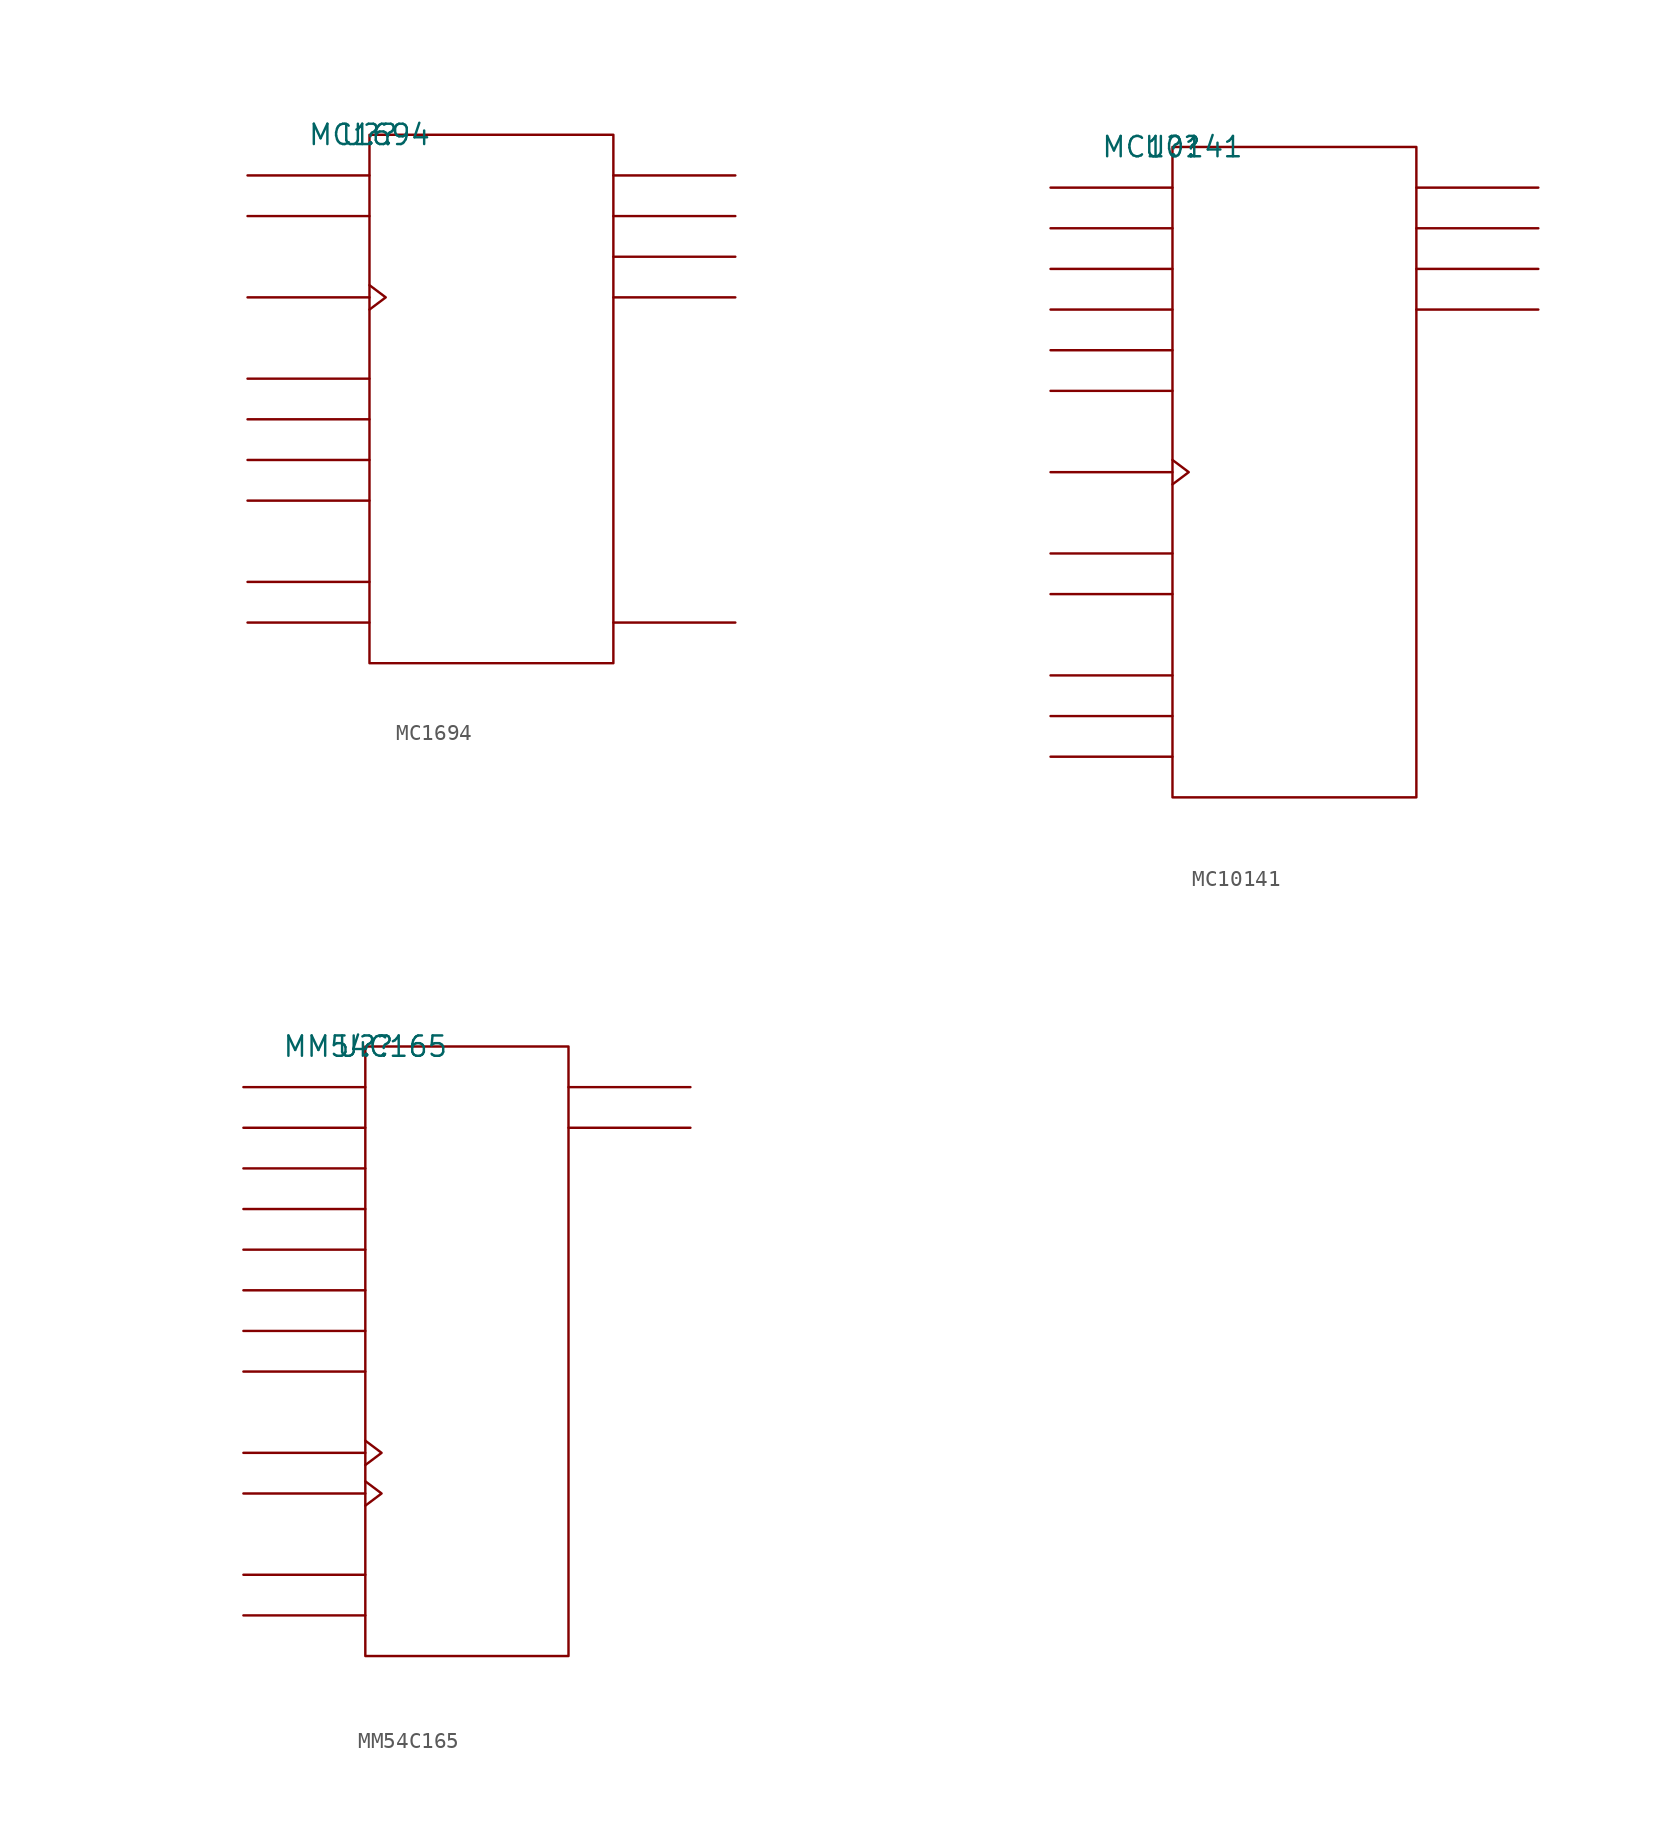
<source format=kicad_sym>
(kicad_symbol_lib
  (version 20211014)
  (generator kicad_symbol_editor)
  (symbol "MC1694"
    (pin_names
      (offset 0.762))
    (property "Reference" "U?"
      (at 0 0 0)
      (effects (font (size 1.27 1.27))))
    (property "Value" "MC1694"
      (at 0 0 0)
      (effects (font (size 1.27 1.27))))
    (symbol "MC1694_0_1"
      (rectangle (start 0 -33.02) (end 15.24 0) (stroke (width 0) (type default) (color 0 0 0 0)) (fill (type none)))
      (polyline (pts (xy 0 -30.48) (xy -7.62 -30.48)) (stroke (width 0) (type default) (color 0 0 0 0)) (fill (type none)))
      (polyline (pts (xy 0 -27.94) (xy -7.62 -27.94)) (stroke (width 0) (type default) (color 0 0 0 0)) (fill (type none)))
      (polyline (pts (xy 0 -22.86) (xy -7.62 -22.86)) (stroke (width 0) (type default) (color 0 0 0 0)) (fill (type none)))
      (polyline (pts (xy 0 -20.32) (xy -7.62 -20.32)) (stroke (width 0) (type default) (color 0 0 0 0)) (fill (type none)))
      (polyline (pts (xy 0 -17.78) (xy -7.62 -17.78)) (stroke (width 0) (type default) (color 0 0 0 0)) (fill (type none)))
      (polyline (pts (xy 0 -15.24) (xy -7.62 -15.24)) (stroke (width 0) (type default) (color 0 0 0 0)) (fill (type none)))
      (polyline (pts (xy 0 -10.16) (xy -7.62 -10.16)) (stroke (width 0) (type default) (color 0 0 0 0)) (fill (type none)))
      (polyline (pts (xy 0 -5.08) (xy -7.62 -5.08)) (stroke (width 0) (type default) (color 0 0 0 0)) (fill (type none)))
      (polyline (pts (xy 0 -2.54) (xy -7.62 -2.54)) (stroke (width 0) (type default) (color 0 0 0 0)) (fill (type none)))
      (polyline (pts (xy 15.24 -30.48) (xy 22.86 -30.48)) (stroke (width 0) (type default) (color 0 0 0 0)) (fill (type none)))
      (polyline (pts (xy 15.24 -10.16) (xy 22.86 -10.16)) (stroke (width 0) (type default) (color 0 0 0 0)) (fill (type none)))
      (polyline (pts (xy 15.24 -7.62) (xy 22.86 -7.62)) (stroke (width 0) (type default) (color 0 0 0 0)) (fill (type none)))
      (polyline (pts (xy 15.24 -5.08) (xy 22.86 -5.08)) (stroke (width 0) (type default) (color 0 0 0 0)) (fill (type none)))
      (polyline (pts (xy 15.24 -2.54) (xy 22.86 -2.54)) (stroke (width 0) (type default) (color 0 0 0 0)) (fill (type none)))
      (polyline (pts (xy 0 -9.398) (xy 1.016 -10.16) (xy 0 -10.922)) (stroke (width 0) (type default) (color 0 0 0 0)) (fill (type none))))
    (symbol "MC1694_1_1"
      (pin power_in line (at -7.62 -27.94 0) (length 7.62) hide (name "VCC1" (effects (font (size 1.245 1.245)))) (number "1" (effects (font (size 1.245 1.245)))))
      (pin unspecified line (at -7.62 -17.78 0) (length 7.62) hide (name "S1" (effects (font (size 1.245 1.245)))) (number "10" (effects (font (size 1.245 1.245)))))
      (pin unspecified line (at 22.86 -5.08 180) (length 7.62) hide (name "Q1" (effects (font (size 1.245 1.245)))) (number "12" (effects (font (size 1.245 1.245)))))
      (pin unspecified line (at 22.86 -2.54 180) (length 7.62) hide (name "Q0" (effects (font (size 1.245 1.245)))) (number "13" (effects (font (size 1.245 1.245)))))
      (pin unspecified line (at -7.62 -2.54 0) (length 7.62) hide (name "D1" (effects (font (size 1.245 1.245)))) (number "14" (effects (font (size 1.245 1.245)))))
      (pin unspecified line (at -7.62 -5.08 0) (length 7.62) hide (name "D2" (effects (font (size 1.245 1.245)))) (number "15" (effects (font (size 1.245 1.245)))))
      (pin power_in line (at -7.62 -30.48 0) (length 7.62) hide (name "VCC2" (effects (font (size 1.245 1.245)))) (number "16" (effects (font (size 1.245 1.245)))))
      (pin unspecified line (at -7.62 -15.24 0) (length 7.62) hide (name "S0" (effects (font (size 1.245 1.245)))) (number "2" (effects (font (size 1.245 1.245)))))
      (pin unspecified line (at -7.62 -20.32 0) (length 7.62) hide (name "S2" (effects (font (size 1.245 1.245)))) (number "3" (effects (font (size 1.245 1.245)))))
      (pin unspecified line (at 22.86 -7.62 180) (length 7.62) hide (name "Q2" (effects (font (size 1.245 1.245)))) (number "4" (effects (font (size 1.245 1.245)))))
      (pin unspecified line (at 22.86 -10.16 180) (length 7.62) hide (name "Q3" (effects (font (size 1.245 1.245)))) (number "5" (effects (font (size 1.245 1.245)))))
      (pin unspecified line (at -7.62 -22.86 0) (length 7.62) hide (name "S3" (effects (font (size 1.245 1.245)))) (number "6" (effects (font (size 1.245 1.245)))))
      (pin unspecified line (at -7.62 -10.16 180) (length 7.62) hide (name "CLK" (effects (font (size 1.245 1.245)))) (number "7" (effects (font (size 1.245 1.245)))))
      (pin power_in line (at 22.86 -30.48 180) (length 7.62) hide (name "VEE" (effects (font (size 1.245 1.245)))) (number "8" (effects (font (size 1.245 1.245)))))))
  (symbol "MC10141"
    (pin_names
      (offset 0.762))
    (property "Reference" "U?"
      (at 0 0 0)
      (effects (font (size 1.27 1.27))))
    (property "Value" "MC10141"
      (at 0 0 0)
      (effects (font (size 1.27 1.27))))
    (symbol "MC10141_0_1"
      (rectangle (start 0 -40.64) (end 15.24 0) (stroke (width 0) (type default) (color 0 0 0 0)) (fill (type none)))
      (polyline (pts (xy 0 -38.1) (xy -7.62 -38.1)) (stroke (width 0) (type default) (color 0 0 0 0)) (fill (type none)))
      (polyline (pts (xy 0 -35.56) (xy -7.62 -35.56)) (stroke (width 0) (type default) (color 0 0 0 0)) (fill (type none)))
      (polyline (pts (xy 0 -33.02) (xy -7.62 -33.02)) (stroke (width 0) (type default) (color 0 0 0 0)) (fill (type none)))
      (polyline (pts (xy 0 -27.94) (xy -7.62 -27.94)) (stroke (width 0) (type default) (color 0 0 0 0)) (fill (type none)))
      (polyline (pts (xy 0 -25.4) (xy -7.62 -25.4)) (stroke (width 0) (type default) (color 0 0 0 0)) (fill (type none)))
      (polyline (pts (xy 0 -20.32) (xy -7.62 -20.32)) (stroke (width 0) (type default) (color 0 0 0 0)) (fill (type none)))
      (polyline (pts (xy 0 -15.24) (xy -7.62 -15.24)) (stroke (width 0) (type default) (color 0 0 0 0)) (fill (type none)))
      (polyline (pts (xy 0 -12.7) (xy -7.62 -12.7)) (stroke (width 0) (type default) (color 0 0 0 0)) (fill (type none)))
      (polyline (pts (xy 0 -10.16) (xy -7.62 -10.16)) (stroke (width 0) (type default) (color 0 0 0 0)) (fill (type none)))
      (polyline (pts (xy 0 -7.62) (xy -7.62 -7.62)) (stroke (width 0) (type default) (color 0 0 0 0)) (fill (type none)))
      (polyline (pts (xy 0 -5.08) (xy -7.62 -5.08)) (stroke (width 0) (type default) (color 0 0 0 0)) (fill (type none)))
      (polyline (pts (xy 0 -2.54) (xy -7.62 -2.54)) (stroke (width 0) (type default) (color 0 0 0 0)) (fill (type none)))
      (polyline (pts (xy 15.24 -10.16) (xy 22.86 -10.16)) (stroke (width 0) (type default) (color 0 0 0 0)) (fill (type none)))
      (polyline (pts (xy 15.24 -7.62) (xy 22.86 -7.62)) (stroke (width 0) (type default) (color 0 0 0 0)) (fill (type none)))
      (polyline (pts (xy 15.24 -5.08) (xy 22.86 -5.08)) (stroke (width 0) (type default) (color 0 0 0 0)) (fill (type none)))
      (polyline (pts (xy 15.24 -2.54) (xy 22.86 -2.54)) (stroke (width 0) (type default) (color 0 0 0 0)) (fill (type none)))
      (polyline (pts (xy 0 -19.558) (xy 1.016 -20.32) (xy 0 -21.082)) (stroke (width 0) (type default) (color 0 0 0 0)) (fill (type none))))
    (symbol "MC10141_1_1"
      (pin power_in line (at -7.62 -33.02 0) (length 7.62) hide (name "VCC1" (effects (font (size 1.245 1.245)))) (number "1" (effects (font (size 1.245 1.245)))))
      (pin unspecified line (at -7.62 -25.4 0) (length 7.62) hide (name "S1" (effects (font (size 1.245 1.245)))) (number "10" (effects (font (size 1.245 1.245)))))
      (pin unspecified line (at -7.62 -5.08 0) (length 7.62) hide (name "D1" (effects (font (size 1.245 1.245)))) (number "11" (effects (font (size 1.245 1.245)))))
      (pin unspecified line (at -7.62 -2.54 0) (length 7.62) hide (name "D0" (effects (font (size 1.245 1.245)))) (number "12" (effects (font (size 1.245 1.245)))))
      (pin unspecified line (at -7.62 -12.7 0) (length 7.62) hide (name "DL" (effects (font (size 1.245 1.245)))) (number "13" (effects (font (size 1.245 1.245)))))
      (pin unspecified line (at 22.86 -2.54 180) (length 7.62) hide (name "Q0" (effects (font (size 1.245 1.245)))) (number "14" (effects (font (size 1.245 1.245)))))
      (pin unspecified line (at 22.86 -5.08 180) (length 7.62) hide (name "Q1" (effects (font (size 1.245 1.245)))) (number "15" (effects (font (size 1.245 1.245)))))
      (pin power_in line (at -7.62 -35.56 0) (length 7.62) hide (name "VCC2" (effects (font (size 1.245 1.245)))) (number "16" (effects (font (size 1.245 1.245)))))
      (pin unspecified line (at 22.86 -7.62 180) (length 7.62) hide (name "Q2" (effects (font (size 1.245 1.245)))) (number "2" (effects (font (size 1.245 1.245)))))
      (pin unspecified line (at 22.86 -10.16 180) (length 7.62) hide (name "Q3" (effects (font (size 1.245 1.245)))) (number "3" (effects (font (size 1.245 1.245)))))
      (pin unspecified line (at -7.62 -20.32 180) (length 7.62) hide (name "CLK" (effects (font (size 1.245 1.245)))) (number "4" (effects (font (size 1.245 1.245)))))
      (pin unspecified line (at -7.62 -15.24 0) (length 7.62) hide (name "DR" (effects (font (size 1.245 1.245)))) (number "5" (effects (font (size 1.245 1.245)))))
      (pin unspecified line (at -7.62 -10.16 0) (length 7.62) hide (name "D3" (effects (font (size 1.245 1.245)))) (number "6" (effects (font (size 1.245 1.245)))))
      (pin unspecified line (at -7.62 -27.94 0) (length 7.62) hide (name "S2" (effects (font (size 1.245 1.245)))) (number "7" (effects (font (size 1.245 1.245)))))
      (pin power_in line (at -7.62 -38.1 0) (length 7.62) hide (name "VEE" (effects (font (size 1.245 1.245)))) (number "8" (effects (font (size 1.245 1.245)))))
      (pin unspecified line (at -7.62 -7.62 0) (length 7.62) hide (name "D2" (effects (font (size 1.245 1.245)))) (number "9" (effects (font (size 1.245 1.245)))))))
  (symbol "MM54C165"
    (pin_names
      (offset 0.762))
    (property "Reference" "U?"
      (at 0 0 0)
      (effects (font (size 1.27 1.27))))
    (property "Value" "MM54C165"
      (at 0 0 0)
      (effects (font (size 1.27 1.27))))
    (symbol "MM54C165_0_1"
      (rectangle (start 0 -38.1) (end 12.7 0) (stroke (width 0) (type default) (color 0 0 0 0)) (fill (type none)))
      (polyline (pts (xy 0 -35.56) (xy -7.62 -35.56)) (stroke (width 0) (type default) (color 0 0 0 0)) (fill (type none)))
      (polyline (pts (xy 0 -33.02) (xy -7.62 -33.02)) (stroke (width 0) (type default) (color 0 0 0 0)) (fill (type none)))
      (polyline (pts (xy 0 -27.94) (xy -7.62 -27.94)) (stroke (width 0) (type default) (color 0 0 0 0)) (fill (type none)))
      (polyline (pts (xy 0 -25.4) (xy -7.62 -25.4)) (stroke (width 0) (type default) (color 0 0 0 0)) (fill (type none)))
      (polyline (pts (xy 0 -20.32) (xy -7.62 -20.32)) (stroke (width 0) (type default) (color 0 0 0 0)) (fill (type none)))
      (polyline (pts (xy 0 -17.78) (xy -7.62 -17.78)) (stroke (width 0) (type default) (color 0 0 0 0)) (fill (type none)))
      (polyline (pts (xy 0 -15.24) (xy -7.62 -15.24)) (stroke (width 0) (type default) (color 0 0 0 0)) (fill (type none)))
      (polyline (pts (xy 0 -12.7) (xy -7.62 -12.7)) (stroke (width 0) (type default) (color 0 0 0 0)) (fill (type none)))
      (polyline (pts (xy 0 -10.16) (xy -7.62 -10.16)) (stroke (width 0) (type default) (color 0 0 0 0)) (fill (type none)))
      (polyline (pts (xy 0 -7.62) (xy -7.62 -7.62)) (stroke (width 0) (type default) (color 0 0 0 0)) (fill (type none)))
      (polyline (pts (xy 0 -5.08) (xy -7.62 -5.08)) (stroke (width 0) (type default) (color 0 0 0 0)) (fill (type none)))
      (polyline (pts (xy 0 -2.54) (xy -7.62 -2.54)) (stroke (width 0) (type default) (color 0 0 0 0)) (fill (type none)))
      (polyline (pts (xy 12.7 -5.08) (xy 20.32 -5.08)) (stroke (width 0) (type default) (color 0 0 0 0)) (fill (type none)))
      (polyline (pts (xy 12.7 -2.54) (xy 20.32 -2.54)) (stroke (width 0) (type default) (color 0 0 0 0)) (fill (type none)))
      (polyline (pts (xy 0 -27.178) (xy 1.016 -27.94) (xy 0 -28.702)) (stroke (width 0) (type default) (color 0 0 0 0)) (fill (type none)))
      (polyline (pts (xy 0 -24.638) (xy 1.016 -25.4) (xy 0 -26.162)) (stroke (width 0) (type default) (color 0 0 0 0)) (fill (type none))))
    (symbol "MM54C165_1_1"
      (pin unspecified line (at -7.62 -35.56 0) (length 7.62) hide (name "P\\L\\" (effects (font (size 1.245 1.245)))) (number "1" (effects (font (size 1.245 1.245)))))
      (pin unspecified line (at -7.62 -33.02 0) (length 7.62) hide (name "SDI" (effects (font (size 1.245 1.245)))) (number "10" (effects (font (size 1.245 1.245)))))
      (pin unspecified line (at -7.62 -2.54 0) (length 7.62) hide (name "P0" (effects (font (size 1.245 1.245)))) (number "11" (effects (font (size 1.245 1.245)))))
      (pin unspecified line (at -7.62 -5.08 0) (length 7.62) hide (name "P1" (effects (font (size 1.245 1.245)))) (number "12" (effects (font (size 1.245 1.245)))))
      (pin unspecified line (at -7.62 -7.62 0) (length 7.62) hide (name "P2" (effects (font (size 1.245 1.245)))) (number "13" (effects (font (size 1.245 1.245)))))
      (pin unspecified line (at -7.62 -10.16 0) (length 7.62) hide (name "P3" (effects (font (size 1.245 1.245)))) (number "14" (effects (font (size 1.245 1.245)))))
      (pin unspecified line (at -7.62 -27.94 180) (length 7.62) hide (name "CLK2" (effects (font (size 1.245 1.245)))) (number "15" (effects (font (size 1.245 1.245)))))
      (pin power_in line (at 5.08 0 180) (length 7.62) hide (name "VCC" (effects (font (size 1.245 1.245)))) (number "16" (effects (font (size 1.245 1.245)))))
      (pin unspecified line (at -7.62 -25.4 180) (length 7.62) hide (name "CLK1" (effects (font (size 1.245 1.245)))) (number "2" (effects (font (size 1.245 1.245)))))
      (pin unspecified line (at -7.62 -12.7 0) (length 7.62) hide (name "P4" (effects (font (size 1.245 1.245)))) (number "3" (effects (font (size 1.245 1.245)))))
      (pin unspecified line (at -7.62 -15.24 0) (length 7.62) hide (name "P5" (effects (font (size 1.245 1.245)))) (number "4" (effects (font (size 1.245 1.245)))))
      (pin unspecified line (at -7.62 -17.78 0) (length 7.62) hide (name "P6" (effects (font (size 1.245 1.245)))) (number "5" (effects (font (size 1.245 1.245)))))
      (pin unspecified line (at -7.62 -20.32 0) (length 7.62) hide (name "P7" (effects (font (size 1.245 1.245)))) (number "6" (effects (font (size 1.245 1.245)))))
      (pin unspecified line (at 20.32 -5.08 180) (length 7.62) hide (name "Q\\H\\" (effects (font (size 1.245 1.245)))) (number "7" (effects (font (size 1.245 1.245)))))
      (pin power_in line (at 10.16 -38.1 180) (length 7.62) hide (name "GND" (effects (font (size 1.245 1.245)))) (number "8" (effects (font (size 1.245 1.245)))))
      (pin unspecified line (at 20.32 -2.54 180) (length 7.62) hide (name "QH" (effects (font (size 1.245 1.245)))) (number "9" (effects (font (size 1.245 1.245))))))))
</source>
